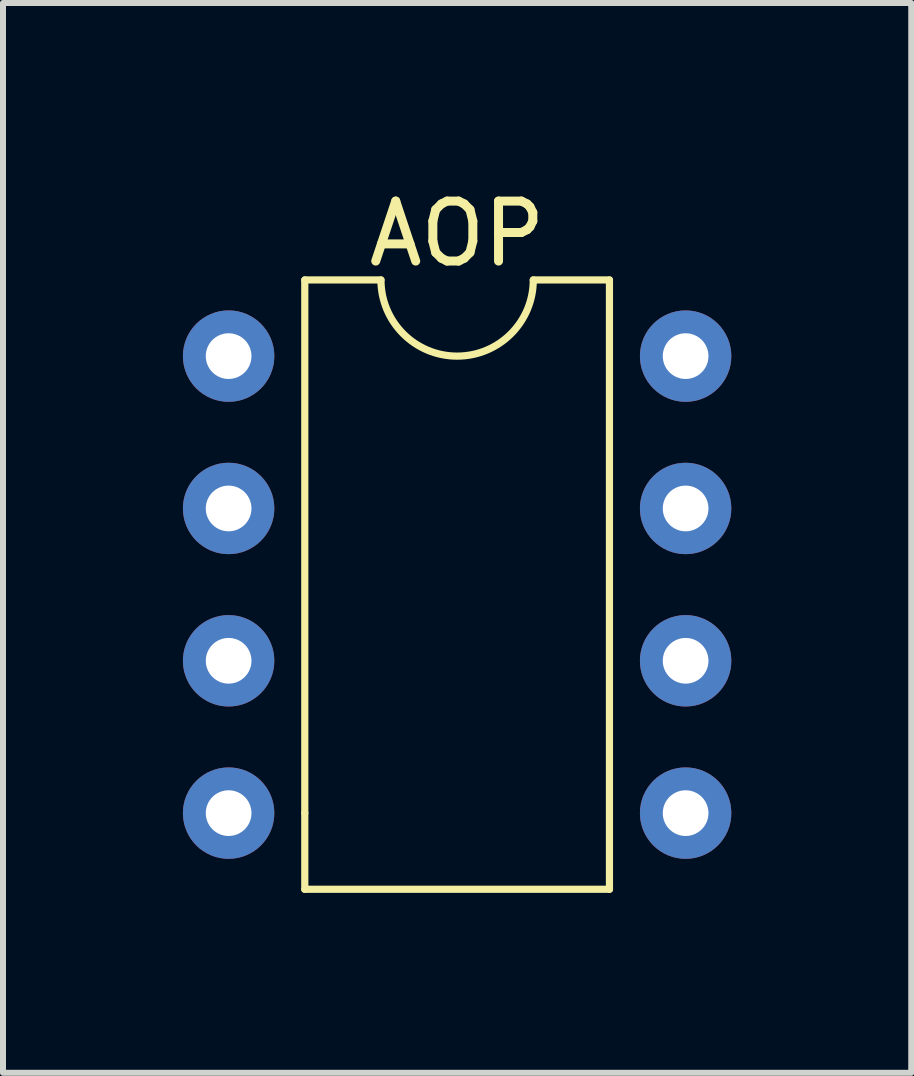
<source format=kicad_pcb>
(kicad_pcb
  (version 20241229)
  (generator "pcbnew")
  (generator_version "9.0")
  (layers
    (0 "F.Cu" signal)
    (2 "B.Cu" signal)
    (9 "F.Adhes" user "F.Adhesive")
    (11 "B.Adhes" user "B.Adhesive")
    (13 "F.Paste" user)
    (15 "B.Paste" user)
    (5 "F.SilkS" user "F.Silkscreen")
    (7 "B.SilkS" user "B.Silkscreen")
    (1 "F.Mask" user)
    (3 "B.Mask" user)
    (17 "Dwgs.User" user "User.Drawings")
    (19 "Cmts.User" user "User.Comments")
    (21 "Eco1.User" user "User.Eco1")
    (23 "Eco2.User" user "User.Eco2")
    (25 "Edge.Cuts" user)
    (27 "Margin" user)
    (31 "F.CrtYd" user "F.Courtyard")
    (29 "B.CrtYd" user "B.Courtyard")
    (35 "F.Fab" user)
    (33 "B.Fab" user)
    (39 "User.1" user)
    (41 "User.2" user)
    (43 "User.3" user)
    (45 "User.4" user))
  (footprint "AOP"
    (layer "F.Cu")
    (at 4.572 0.348)
    (property "Reference" "AOP" (at 0 0.5 0) (layer "F.SilkS") (effects (font (size 1 1) (thickness 0.15))))
    (attr through_hole)
    (fp_line (start -2.54 1.27) (end -2.54 10.16) (stroke (width 0.12) (type solid)) (layer "F.SilkS"))
    (fp_line (start -2.54 1.27) (end -1.27 1.27) (stroke (width 0.12) (type solid)) (layer "F.SilkS"))
    (fp_line (start -2.54 10.16) (end -2.54 11.43) (stroke (width 0.12) (type solid)) (layer "F.SilkS"))
    (fp_line (start -2.54 11.43) (end 2.54 11.43) (stroke (width 0.12) (type solid)) (layer "F.SilkS"))
    (fp_line (start 2.54 1.27) (end 1.27 1.27) (stroke (width 0.12) (type solid)) (layer "F.SilkS"))
    (fp_line (start 2.54 11.43) (end 2.54 1.27) (stroke (width 0.12) (type solid)) (layer "F.SilkS"))
    (fp_arc (start 1.27 1.27) (mid 0 2.54) (end -1.27 1.27) (stroke (width 0.12) (type solid)) (layer "F.SilkS"))
    (pad "1" thru_hole circle (at -3.81 2.54) (size 1.524 1.524) (drill 0.762) (layers "*.Cu" "*.Mask"))
    (pad "2" thru_hole circle (at -3.81 5.08) (size 1.524 1.524) (drill 0.762) (layers "*.Cu" "*.Mask"))
    (pad "3" thru_hole circle (at -3.81 7.62) (size 1.524 1.524) (drill 0.762) (layers "*.Cu" "*.Mask"))
    (pad "4" thru_hole circle (at -3.81 10.16) (size 1.524 1.524) (drill 0.762) (layers "*.Cu" "*.Mask"))
    (pad "5" thru_hole circle (at 3.81 10.16) (size 1.524 1.524) (drill 0.762) (layers "*.Cu" "*.Mask"))
    (pad "6" thru_hole circle (at 3.81 7.62) (size 1.524 1.524) (drill 0.762) (layers "*.Cu" "*.Mask"))
    (pad "7" thru_hole circle (at 3.81 5.08) (size 1.524 1.524) (drill 0.762) (layers "*.Cu" "*.Mask"))
    (pad "8" thru_hole circle (at 3.81 2.54) (size 1.524 1.524) (drill 0.762) (layers "*.Cu" "*.Mask")))
  (gr_rect
    (start -3 -3)
    (end 12.144 14.838)
    (stroke (width 0.1) (type default))
    (fill no)
    (layer "Edge.Cuts")))
</source>
